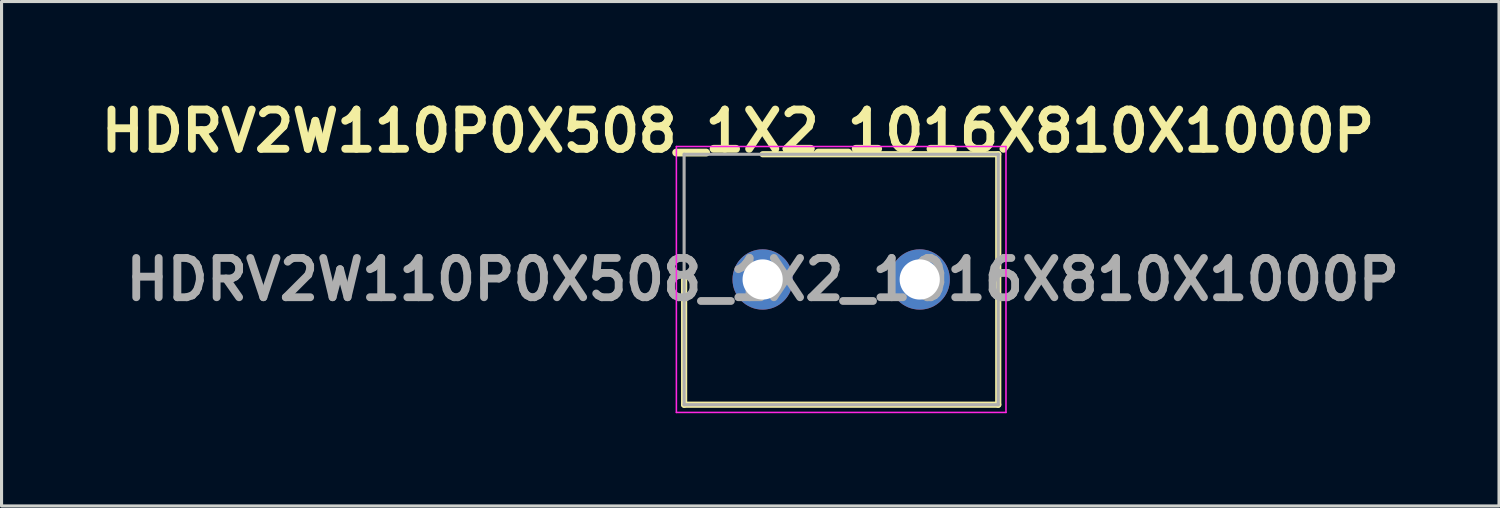
<source format=kicad_pcb>
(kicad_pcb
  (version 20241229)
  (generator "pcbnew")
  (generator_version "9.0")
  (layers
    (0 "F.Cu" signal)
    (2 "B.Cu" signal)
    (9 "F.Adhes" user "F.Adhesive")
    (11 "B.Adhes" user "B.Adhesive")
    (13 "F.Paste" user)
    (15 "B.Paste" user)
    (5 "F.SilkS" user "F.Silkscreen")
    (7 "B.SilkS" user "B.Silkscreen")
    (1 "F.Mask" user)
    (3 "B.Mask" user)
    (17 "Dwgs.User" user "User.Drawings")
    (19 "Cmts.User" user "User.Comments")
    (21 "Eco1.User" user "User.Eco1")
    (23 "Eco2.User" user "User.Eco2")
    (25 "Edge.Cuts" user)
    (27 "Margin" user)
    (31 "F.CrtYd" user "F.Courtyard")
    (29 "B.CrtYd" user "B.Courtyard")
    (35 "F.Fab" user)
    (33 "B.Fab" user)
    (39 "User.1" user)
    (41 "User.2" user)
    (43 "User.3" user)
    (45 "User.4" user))
  (footprint "HDRV2W110P0X508_1X2_1016X810X1000P"
    (layer "F.Cu")
    (at 21.616 5.989)
    (property "Reference" "HDRV2W110P0X508_1X2_1016X810X1000P" (at -0.8 -4.8 0) (layer "F.SilkS") (effects (font (size 1.27 1.27) (thickness 0.254))))
    (attr through_hole)
    (fp_line (start -2.54 0) (end -2.54 4.05) (stroke (width 0.2) (type solid)) (layer "F.SilkS"))
    (fp_line (start -2.54 4.05) (end 7.62 4.05) (stroke (width 0.2) (type solid)) (layer "F.SilkS"))
    (fp_line (start 7.62 -4.05) (end 0 -4.05) (stroke (width 0.2) (type solid)) (layer "F.SilkS"))
    (fp_line (start 7.62 4.05) (end 7.62 -4.05) (stroke (width 0.2) (type solid)) (layer "F.SilkS"))
    (fp_line (start -2.79 -4.3) (end 7.87 -4.3) (stroke (width 0.05) (type solid)) (layer "F.CrtYd"))
    (fp_line (start -2.79 4.3) (end -2.79 -4.3) (stroke (width 0.05) (type solid)) (layer "F.CrtYd"))
    (fp_line (start 7.87 -4.3) (end 7.87 4.3) (stroke (width 0.05) (type solid)) (layer "F.CrtYd"))
    (fp_line (start 7.87 4.3) (end -2.79 4.3) (stroke (width 0.05) (type solid)) (layer "F.CrtYd"))
    (fp_line (start -2.54 -4.05) (end 7.62 -4.05) (stroke (width 0.1) (type solid)) (layer "F.Fab"))
    (fp_line (start -2.54 4.05) (end -2.54 -4.05) (stroke (width 0.1) (type solid)) (layer "F.Fab"))
    (fp_line (start 7.62 -4.05) (end 7.62 4.05) (stroke (width 0.1) (type solid)) (layer "F.Fab"))
    (fp_line (start 7.62 4.05) (end -2.54 4.05) (stroke (width 0.1) (type solid)) (layer "F.Fab"))
    (fp_text user "${REFERENCE}" (at 0 0 0) (layer "F.Fab") (effects (font (size 1.27 1.27) (thickness 0.254))))
    (pad "1" thru_hole circle (at 0 0) (size 1.95 1.95) (drill 1.3) (layers "*.Cu" "*.Mask"))
    (pad "2" thru_hole circle (at 5.08 0) (size 1.95 1.95) (drill 1.3) (layers "*.Cu" "*.Mask")))
  (gr_rect
    (start -3 -3)
    (end 45.432 13.314)
    (stroke (width 0.1) (type default))
    (fill no)
    (layer "Edge.Cuts")))
</source>
